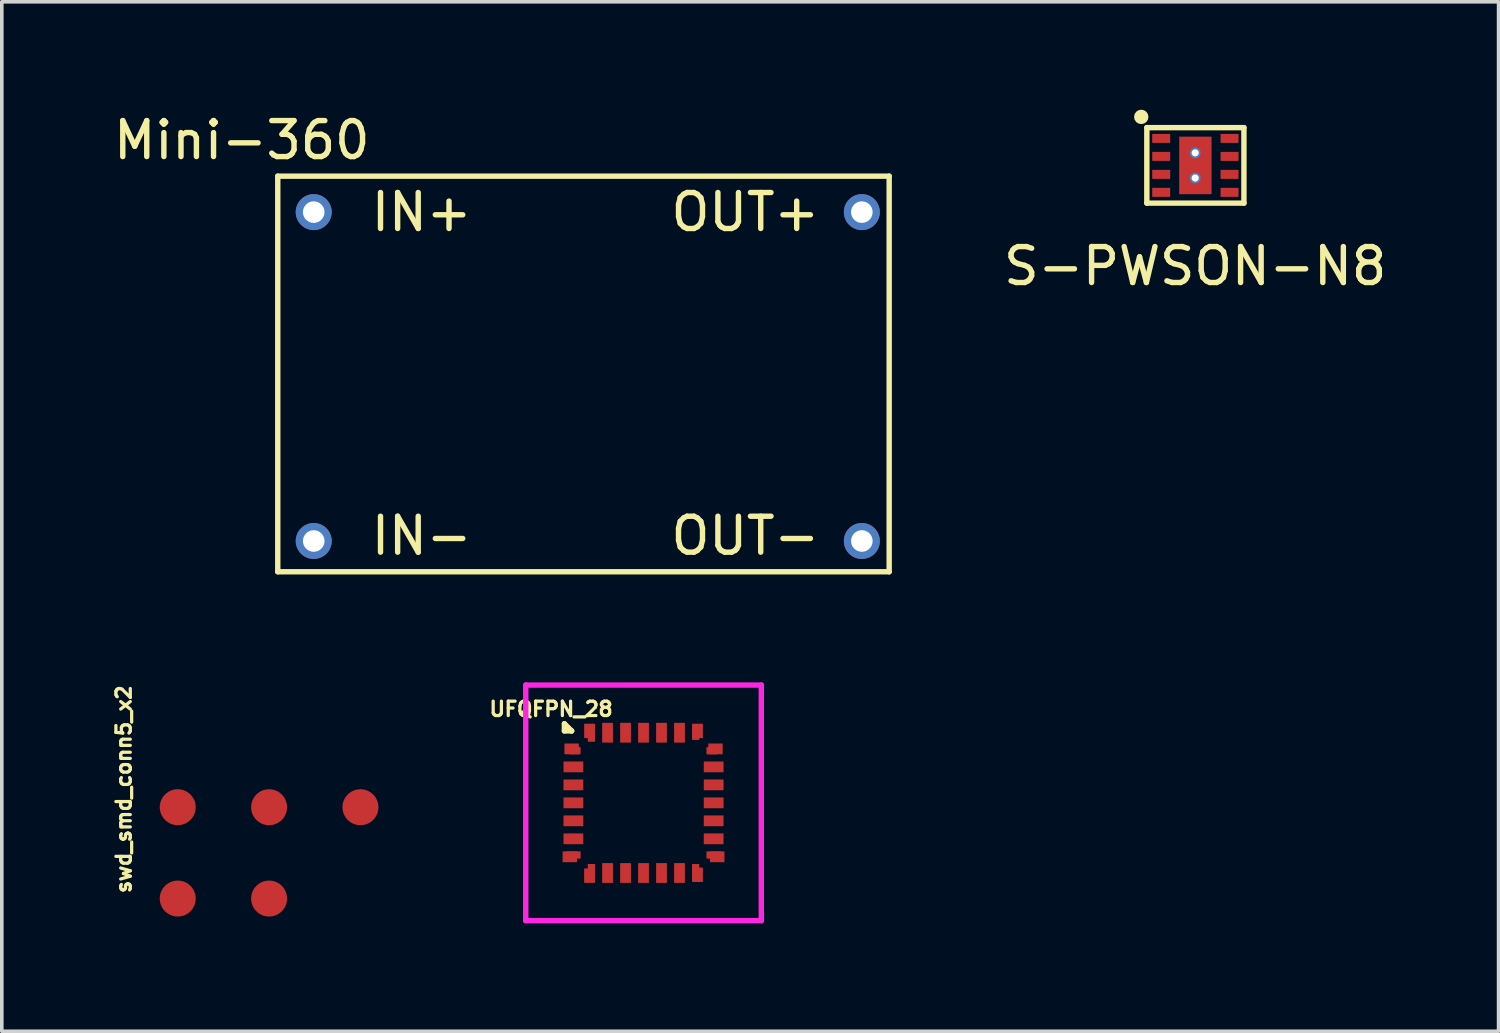
<source format=kicad_pcb>
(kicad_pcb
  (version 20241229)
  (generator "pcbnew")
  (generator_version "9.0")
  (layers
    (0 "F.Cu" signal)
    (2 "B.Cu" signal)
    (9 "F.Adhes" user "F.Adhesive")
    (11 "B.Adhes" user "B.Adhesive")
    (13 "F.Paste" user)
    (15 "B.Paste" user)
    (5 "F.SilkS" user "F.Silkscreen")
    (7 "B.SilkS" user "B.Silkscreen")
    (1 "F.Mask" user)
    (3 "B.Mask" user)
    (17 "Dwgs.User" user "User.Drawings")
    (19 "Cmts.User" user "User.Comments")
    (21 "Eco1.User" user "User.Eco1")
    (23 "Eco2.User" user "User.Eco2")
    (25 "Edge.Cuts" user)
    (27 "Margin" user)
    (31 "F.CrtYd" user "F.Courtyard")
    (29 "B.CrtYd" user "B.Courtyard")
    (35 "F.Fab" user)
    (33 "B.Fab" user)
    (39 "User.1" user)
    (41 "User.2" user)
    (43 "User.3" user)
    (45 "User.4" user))
  (footprint "S-PWSON-N8"
    (layer "F.Cu")
    (at 30.182 0.95)
    (property "Reference" "S-PWSON-N8" (at 0 3.4 0) (layer "F.SilkS") (effects (font (size 1 1) (thickness 0.15))))
    (attr through_hole)
    (fp_line (start -1.345 -0.452) (end 1.355 -0.452) (stroke (width 0.15) (type solid)) (layer "F.SilkS"))
    (fp_line (start -1.345 1.648) (end -1.345 -0.452) (stroke (width 0.15) (type solid)) (layer "F.SilkS"))
    (fp_line (start 1.355 -0.452) (end 1.355 1.648) (stroke (width 0.15) (type solid)) (layer "F.SilkS"))
    (fp_line (start 1.355 1.648) (end -1.345 1.648) (stroke (width 0.15) (type solid)) (layer "F.SilkS"))
    (fp_circle (center -1.5 -0.75) (end -1.5 -0.65) (stroke (width 0.2) (type solid)) (fill no) (layer "F.SilkS"))
    (pad "1" smd rect (at -0.945 -0.152 270) (size 0.25 0.5) (layers "F.Cu" "F.Mask" "F.Paste"))
    (pad "2" smd rect (at -0.945 0.348 270) (size 0.25 0.5) (layers "F.Cu" "F.Mask" "F.Paste"))
    (pad "3" smd rect (at -0.945 0.848 270) (size 0.25 0.5) (layers "F.Cu" "F.Mask" "F.Paste"))
    (pad "4" smd rect (at -0.945 1.348 270) (size 0.25 0.5) (layers "F.Cu" "F.Mask" "F.Paste"))
    (pad "4" thru_hole circle (at 0 0.25 270) (size 0.3 0.3) (drill 0.2) (layers "*.Cu" "*.Mask"))
    (pad "4" thru_hole circle (at 0 0.95 270) (size 0.3 0.3) (drill 0.2) (layers "*.Cu" "*.Mask"))
    (pad "4" smd rect (at 0.005 0.6 270) (size 1.6 0.9) (layers "F.Cu" "F.Mask" "F.Paste"))
    (pad "5" smd rect (at 0.955 -0.152 270) (size 0.25 0.5) (layers "F.Cu" "F.Mask" "F.Paste"))
    (pad "6" smd rect (at 0.955 0.348 270) (size 0.25 0.5) (layers "F.Cu" "F.Mask" "F.Paste"))
    (pad "7" smd rect (at 0.955 0.848 270) (size 0.25 0.5) (layers "F.Cu" "F.Mask" "F.Paste"))
    (pad "8" smd rect (at 0.955 1.348 270) (size 0.25 0.5) (layers "F.Cu" "F.Mask" "F.Paste")))
  (footprint "swd_smd_conn5_x2"
    (layer "F.Cu")
    (at 1.892 19.394)
    (property "Reference" "swd_smd_conn5_x2" (at -1.5 -0.5 90) (layer "F.SilkS") (effects (font (size 0.4 0.4) (thickness 0.09))))
    (attr through_hole)
    (pad "1" smd oval (at 0 0) (size 1 1) (layers "F.Cu" "F.Mask" "F.Paste"))
    (pad "2" smd oval (at 2.54 0) (size 1 1) (layers "F.Cu" "F.Mask" "F.Paste"))
    (pad "3" smd oval (at 5.08 0) (size 1 1) (layers "F.Cu" "F.Mask" "F.Paste"))
    (pad "4" smd oval (at 0 2.54) (size 1 1) (layers "F.Cu" "F.Mask" "F.Paste"))
    (pad "5" smd oval (at 2.54 2.54) (size 1 1) (layers "F.Cu" "F.Mask" "F.Paste")))
  (footprint "UFQFPN_28"
    (layer "F.Cu")
    (at 14.843 19.273)
    (property "Reference" "UFQFPN_28" (at -2.571 -2.608 0) (layer "F.SilkS") (effects (font (size 0.4 0.4) (thickness 0.09))))
    (attr through_hole)
    (fp_line (start -2.2 -2) (end -2.2 -2.2) (stroke (width 0.15) (type solid)) (layer "F.SilkS"))
    (fp_line (start -2 -2) (end -2.2 -2.2) (stroke (width 0.15) (type solid)) (layer "F.SilkS"))
    (fp_line (start -2 -2) (end -2.2 -2) (stroke (width 0.15) (type solid)) (layer "F.SilkS"))
    (fp_line (start -2 -2) (end -2 -2) (stroke (width 0.15) (type solid)) (layer "F.SilkS"))
    (fp_line (start -3.275 -3.275) (end 3.275 -3.275) (stroke (width 0.15) (type solid)) (layer "F.CrtYd"))
    (fp_line (start -3.275 3.275) (end -3.275 -3.275) (stroke (width 0.15) (type solid)) (layer "F.CrtYd"))
    (fp_line (start 3.275 -3.275) (end 3.275 3.275) (stroke (width 0.15) (type solid)) (layer "F.CrtYd"))
    (fp_line (start 3.275 3.275) (end -3.275 3.275) (stroke (width 0.15) (type solid)) (layer "F.CrtYd"))
    (pad "1" smd rect (at -2 -1.5 90) (size 0.3 0.4) (layers "F.Cu" "F.Mask" "F.Paste"))
    (pad "1" smd rect (at -1.9 -1.45 90) (size 0.2 0.3) (layers "F.Cu" "F.Mask" "F.Paste"))
    (pad "2" smd rect (at -1.95 -1 90) (size 0.3 0.55) (layers "F.Cu" "F.Mask" "F.Paste"))
    (pad "3" smd rect (at -1.95 -0.5 90) (size 0.3 0.55) (layers "F.Cu" "F.Mask" "F.Paste"))
    (pad "4" smd rect (at -1.95 0 90) (size 0.3 0.55) (layers "F.Cu" "F.Mask" "F.Paste"))
    (pad "5" smd rect (at -1.95 0.5 90) (size 0.3 0.55) (layers "F.Cu" "F.Mask" "F.Paste"))
    (pad "6" smd rect (at -1.95 1 90) (size 0.3 0.55) (layers "F.Cu" "F.Mask" "F.Paste"))
    (pad "7" smd rect (at -2.05 1.5 90) (size 0.3 0.4) (layers "F.Cu" "F.Mask" "F.Paste"))
    (pad "7" smd rect (at -1.95 1.45 90) (size 0.2 0.4) (layers "F.Cu" "F.Mask" "F.Paste"))
    (pad "8" smd rect (at -1.501 2.024) (size 0.3 0.4) (layers "F.Cu" "F.Mask" "F.Paste"))
    (pad "8" smd rect (at -1.45 1.9 90) (size 0.4 0.2) (layers "F.Cu" "F.Mask" "F.Paste"))
    (pad "9" smd rect (at -1 1.95) (size 0.3 0.55) (layers "F.Cu" "F.Mask" "F.Paste"))
    (pad "10" smd rect (at -0.5 1.95) (size 0.3 0.55) (layers "F.Cu" "F.Mask" "F.Paste"))
    (pad "11" smd rect (at 0 1.95) (size 0.3 0.55) (layers "F.Cu" "F.Mask" "F.Paste"))
    (pad "12" smd rect (at 0.5 1.95) (size 0.3 0.55) (layers "F.Cu" "F.Mask" "F.Paste"))
    (pad "13" smd rect (at 1 1.95) (size 0.3 0.55) (layers "F.Cu" "F.Mask" "F.Paste"))
    (pad "14" smd rect (at 1.45 1.9) (size 0.2 0.4) (layers "F.Cu" "F.Mask" "F.Paste"))
    (pad "14" smd rect (at 1.5 2) (size 0.3 0.4) (layers "F.Cu" "F.Mask" "F.Paste"))
    (pad "15" smd rect (at 1.95 1.45) (size 0.4 0.2) (layers "F.Cu" "F.Mask" "F.Paste"))
    (pad "15" smd rect (at 2.05 1.5 90) (size 0.3 0.4) (layers "F.Cu" "F.Mask" "F.Paste"))
    (pad "16" smd rect (at 1.95 1 90) (size 0.3 0.55) (layers "F.Cu" "F.Mask" "F.Paste"))
    (pad "17" smd rect (at 1.95 0.5 90) (size 0.3 0.55) (layers "F.Cu" "F.Mask" "F.Paste"))
    (pad "18" smd rect (at 1.95 0 90) (size 0.3 0.55) (layers "F.Cu" "F.Mask" "F.Paste"))
    (pad "19" smd rect (at 1.95 -0.5 90) (size 0.3 0.55) (layers "F.Cu" "F.Mask" "F.Paste"))
    (pad "20" smd rect (at 1.95 -1 90) (size 0.3 0.55) (layers "F.Cu" "F.Mask" "F.Paste"))
    (pad "21" smd rect (at 1.9 -1.45) (size 0.3 0.2) (layers "F.Cu" "F.Mask" "F.Paste"))
    (pad "21" smd rect (at 2 -1.5 90) (size 0.3 0.4) (layers "F.Cu" "F.Mask" "F.Paste"))
    (pad "22" smd rect (at 1.45 -1.9) (size 0.2 0.3) (layers "F.Cu" "F.Mask" "F.Paste"))
    (pad "22" smd rect (at 1.5 -2) (size 0.3 0.4) (layers "F.Cu" "F.Mask" "F.Paste"))
    (pad "23" smd rect (at 1 -1.95) (size 0.3 0.55) (layers "F.Cu" "F.Mask" "F.Paste"))
    (pad "24" smd rect (at 0.5 -1.95) (size 0.3 0.55) (layers "F.Cu" "F.Mask" "F.Paste"))
    (pad "25" smd rect (at 0 -1.95) (size 0.3 0.55) (layers "F.Cu" "F.Mask" "F.Paste"))
    (pad "26" smd rect (at -0.5 -1.95) (size 0.3 0.55) (layers "F.Cu" "F.Mask" "F.Paste"))
    (pad "27" smd rect (at -1 -1.95) (size 0.3 0.55) (layers "F.Cu" "F.Mask" "F.Paste"))
    (pad "28" smd rect (at -1.5 -2) (size 0.3 0.4) (layers "F.Cu" "F.Mask" "F.Paste"))
    (pad "28" smd rect (at -1.45 -1.85) (size 0.2 0.3) (layers "F.Cu" "F.Mask" "F.Paste")))
  (footprint "Mini-360"
    (layer "F.Cu")
    (at 5.673 2.848)
    (property "Reference" "Mini-360" (at -2 -2 0) (layer "F.SilkS") (effects (font (size 1 1) (thickness 0.15))))
    (attr through_hole)
    (fp_line (start -1 -1) (end 16 -1) (stroke (width 0.15) (type solid)) (layer "F.SilkS"))
    (fp_line (start -1 10) (end -1 -1) (stroke (width 0.15) (type solid)) (layer "F.SilkS"))
    (fp_line (start 16 -1) (end 16 10) (stroke (width 0.15) (type solid)) (layer "F.SilkS"))
    (fp_line (start 16 10) (end -1 10) (stroke (width 0.15) (type solid)) (layer "F.SilkS"))
    (fp_text user "IN-" (at 3 9 0) (layer "F.SilkS") (effects (font (size 1 1) (thickness 0.15))))
    (fp_text user "OUT-" (at 12 9 0) (layer "F.SilkS") (effects (font (size 1 1) (thickness 0.15))))
    (fp_text user "IN+" (at 3 0 0) (layer "F.SilkS") (effects (font (size 1 1) (thickness 0.15))))
    (fp_text user "OUT+" (at 12 0 0) (layer "F.SilkS") (effects (font (size 1 1) (thickness 0.15))))
    (pad "1" thru_hole circle (at 0 0) (size 1 1) (drill 0.6) (layers "*.Cu" "*.Mask"))
    (pad "2" thru_hole circle (at 0 9.144) (size 1 1) (drill 0.6) (layers "*.Cu" "*.Mask"))
    (pad "3" thru_hole circle (at 15.24 0) (size 1 1) (drill 0.6) (layers "*.Cu" "*.Mask"))
    (pad "4" thru_hole circle (at 15.24 9.144) (size 1 1) (drill 0.6) (layers "*.Cu" "*.Mask")))
  (gr_rect
    (start -3 -3)
    (end 38.617 25.623)
    (stroke (width 0.1) (type default))
    (fill no)
    (layer "Edge.Cuts")))
</source>
